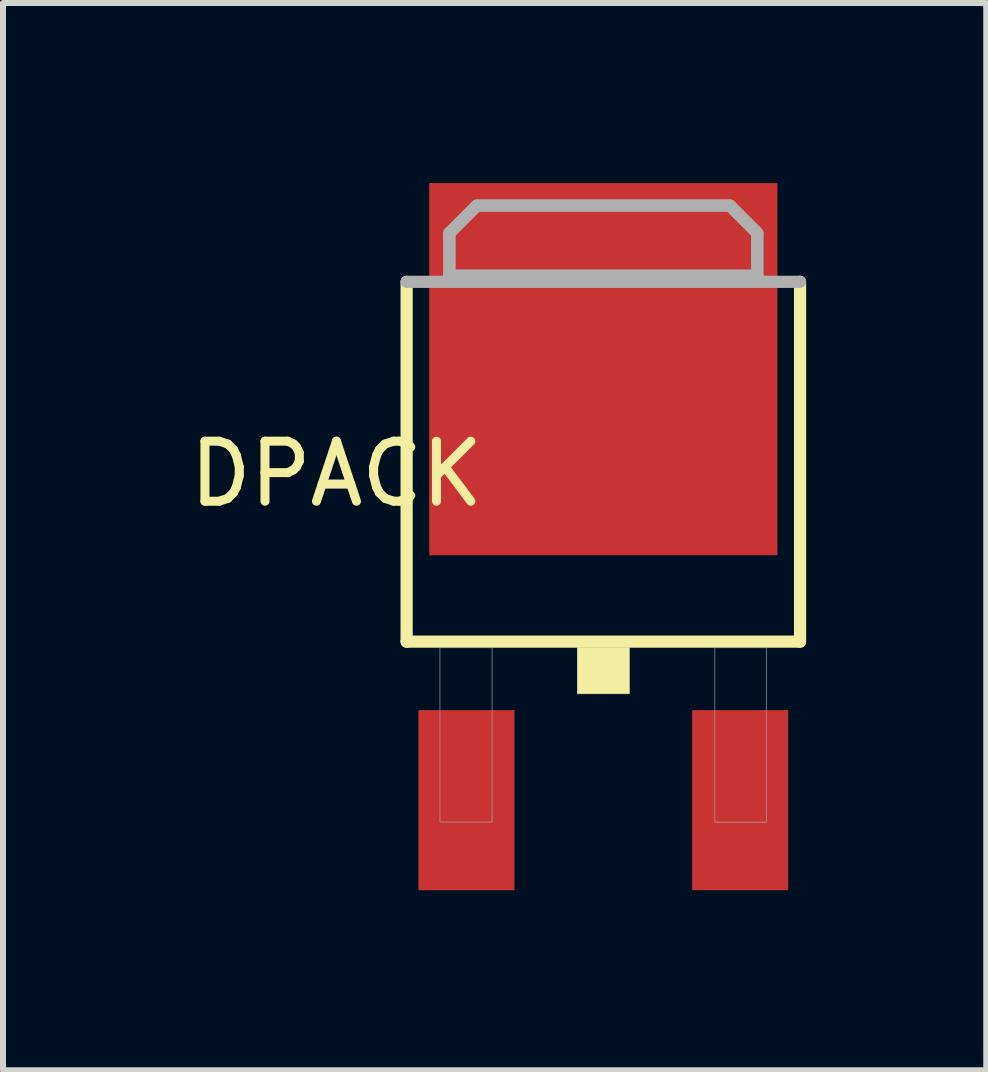
<source format=kicad_pcb>
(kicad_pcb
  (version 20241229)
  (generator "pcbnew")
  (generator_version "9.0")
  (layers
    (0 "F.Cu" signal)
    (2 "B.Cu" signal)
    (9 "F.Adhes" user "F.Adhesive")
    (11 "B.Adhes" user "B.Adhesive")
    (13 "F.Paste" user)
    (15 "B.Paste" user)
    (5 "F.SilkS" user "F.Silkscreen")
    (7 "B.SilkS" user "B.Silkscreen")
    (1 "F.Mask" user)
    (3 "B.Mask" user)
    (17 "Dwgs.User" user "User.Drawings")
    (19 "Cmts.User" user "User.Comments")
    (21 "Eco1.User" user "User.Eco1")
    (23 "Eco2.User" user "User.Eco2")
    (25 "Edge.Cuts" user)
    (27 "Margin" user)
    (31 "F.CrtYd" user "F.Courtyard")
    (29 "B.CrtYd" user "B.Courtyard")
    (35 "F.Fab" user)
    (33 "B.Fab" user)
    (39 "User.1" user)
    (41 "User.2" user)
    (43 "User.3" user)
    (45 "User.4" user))
  (footprint "DPACK"
    (layer "F.Cu")
    (at 7.001 5.48)
    (property "Reference" "DPACK" (at -4.446 -0.635 180) (layer "F.SilkS") (effects (font (size 1 1) (thickness 0.15))))
    (attr smd)
    (fp_line (start -3.277 2.159) (end -3.277 -3.835) (stroke (width 0.203) (type solid)) (layer "F.SilkS"))
    (fp_line (start 3.277 -3.835) (end 3.277 2.159) (stroke (width 0.203) (type solid)) (layer "F.SilkS"))
    (fp_line (start 3.277 2.159) (end -3.277 2.159) (stroke (width 0.203) (type solid)) (layer "F.SilkS"))
    (fp_poly (pts (xy -0.432 2.261) (xy 0.432 2.261) (xy 0.432 3.027) (xy -0.432 3.027)) (stroke (width 0.01) (type solid)) (fill yes) (layer "F.SilkS"))
    (fp_line (start -3.277 -3.835) (end 3.277 -3.835) (stroke (width 0.203) (type solid)) (layer "F.Fab"))
    (fp_line (start -2.565 -4.648) (end -2.108 -5.105) (stroke (width 0.203) (type solid)) (layer "F.Fab"))
    (fp_line (start -2.565 -3.937) (end -2.565 -4.648) (stroke (width 0.203) (type solid)) (layer "F.Fab"))
    (fp_line (start -2.108 -5.105) (end 2.108 -5.105) (stroke (width 0.203) (type solid)) (layer "F.Fab"))
    (fp_line (start 2.108 -5.105) (end 2.565 -4.648) (stroke (width 0.203) (type solid)) (layer "F.Fab"))
    (fp_line (start 2.565 -4.648) (end 2.565 -3.937) (stroke (width 0.203) (type solid)) (layer "F.Fab"))
    (fp_line (start 2.565 -3.937) (end -2.565 -3.937) (stroke (width 0.203) (type solid)) (layer "F.Fab"))
    (fp_poly (pts (xy -2.722 2.261) (xy -1.854 2.261) (xy -1.854 5.164) (xy -2.722 5.164)) (stroke (width 0.01) (type solid)) (fill no) (layer "F.Fab"))
    (fp_poly (pts (xy 1.858 2.261) (xy 2.718 2.261) (xy 2.718 5.166) (xy 1.858 5.166)) (stroke (width 0.01) (type solid)) (fill no) (layer "F.Fab"))
    (fp_poly (pts (xy -2.565 -3.937) (xy -2.565 -4.648) (xy -2.108 -5.105) (xy 2.108 -5.105) (xy 2.565 -4.648) (xy 2.565 -3.937)) (stroke (width 0.2) (type solid)) (fill no) (layer "F.Fab"))
    (pad "1" smd rect (at -2.28 4.8) (size 1.6 3) (layers "F.Cu" "F.Mask" "F.Paste"))
    (pad "3" smd rect (at 2.28 4.8) (size 1.6 3) (layers "F.Cu" "F.Mask" "F.Paste"))
    (pad "4" smd rect (at 0 -2.38) (size 5.8 6.2) (layers "F.Cu" "F.Mask" "F.Paste")))
  (gr_rect
    (start -3 -3)
    (end 13.38 14.78)
    (stroke (width 0.1) (type default))
    (fill no)
    (layer "Edge.Cuts")))
</source>
